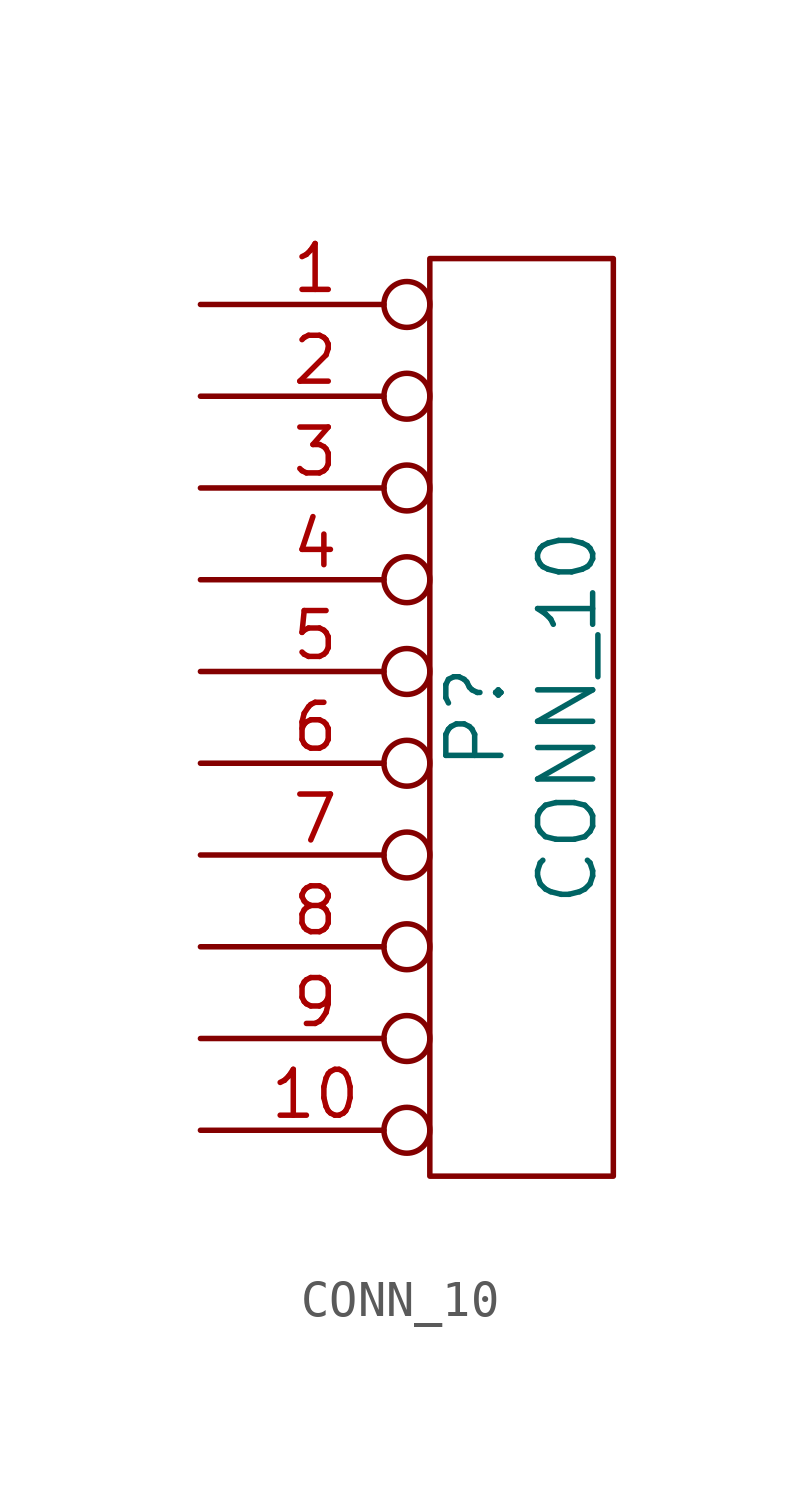
<source format=kicad_sym>
(kicad_symbol_lib
  (version 20211014)
  (generator kicad_symbol_editor)
  (symbol "CONN_10"
    (pin_names
      (offset 1.016) hide)
    (property "Reference" "P"
      (at -1.27 0 90)
      (effects (font (size 1.524 1.524))))
    (property "Value" "CONN_10"
      (at 1.27 0 90)
      (effects (font (size 1.524 1.524))))
    (property "Footprint" ""
      (at 0 0 0)
      (effects (font (size 1.524 1.524))))
    (property "Datasheet" ""
      (at 0 0 0)
      (effects (font (size 1.524 1.524))))
    (symbol "CONN_10_0_1"
      (rectangle (start -2.54 12.7) (end 2.54 -12.7) (stroke (width 0) (type default) (color 0 0 0 0)) (fill (type none))))
    (symbol "CONN_10_1_1"
      (pin passive inverted (at -8.89 11.43 0) (length 6.35) (name "P1" (effects (font (size 1.27 1.27)))) (number "1" (effects (font (size 1.27 1.27)))))
      (pin passive inverted (at -8.89 -11.43 0) (length 6.35) (name "P10" (effects (font (size 1.27 1.27)))) (number "10" (effects (font (size 1.27 1.27)))))
      (pin passive inverted (at -8.89 8.89 0) (length 6.35) (name "P2" (effects (font (size 1.27 1.27)))) (number "2" (effects (font (size 1.27 1.27)))))
      (pin passive inverted (at -8.89 6.35 0) (length 6.35) (name "P3" (effects (font (size 1.27 1.27)))) (number "3" (effects (font (size 1.27 1.27)))))
      (pin passive inverted (at -8.89 3.81 0) (length 6.35) (name "P4" (effects (font (size 1.27 1.27)))) (number "4" (effects (font (size 1.27 1.27)))))
      (pin passive inverted (at -8.89 1.27 0) (length 6.35) (name "P5" (effects (font (size 1.27 1.27)))) (number "5" (effects (font (size 1.27 1.27)))))
      (pin passive inverted (at -8.89 -1.27 0) (length 6.35) (name "P6" (effects (font (size 1.27 1.27)))) (number "6" (effects (font (size 1.27 1.27)))))
      (pin passive inverted (at -8.89 -3.81 0) (length 6.35) (name "P7" (effects (font (size 1.27 1.27)))) (number "7" (effects (font (size 1.27 1.27)))))
      (pin passive inverted (at -8.89 -6.35 0) (length 6.35) (name "P8" (effects (font (size 1.27 1.27)))) (number "8" (effects (font (size 1.27 1.27)))))
      (pin passive inverted (at -8.89 -8.89 0) (length 6.35) (name "P9" (effects (font (size 1.27 1.27)))) (number "9" (effects (font (size 1.27 1.27))))))))
</source>
